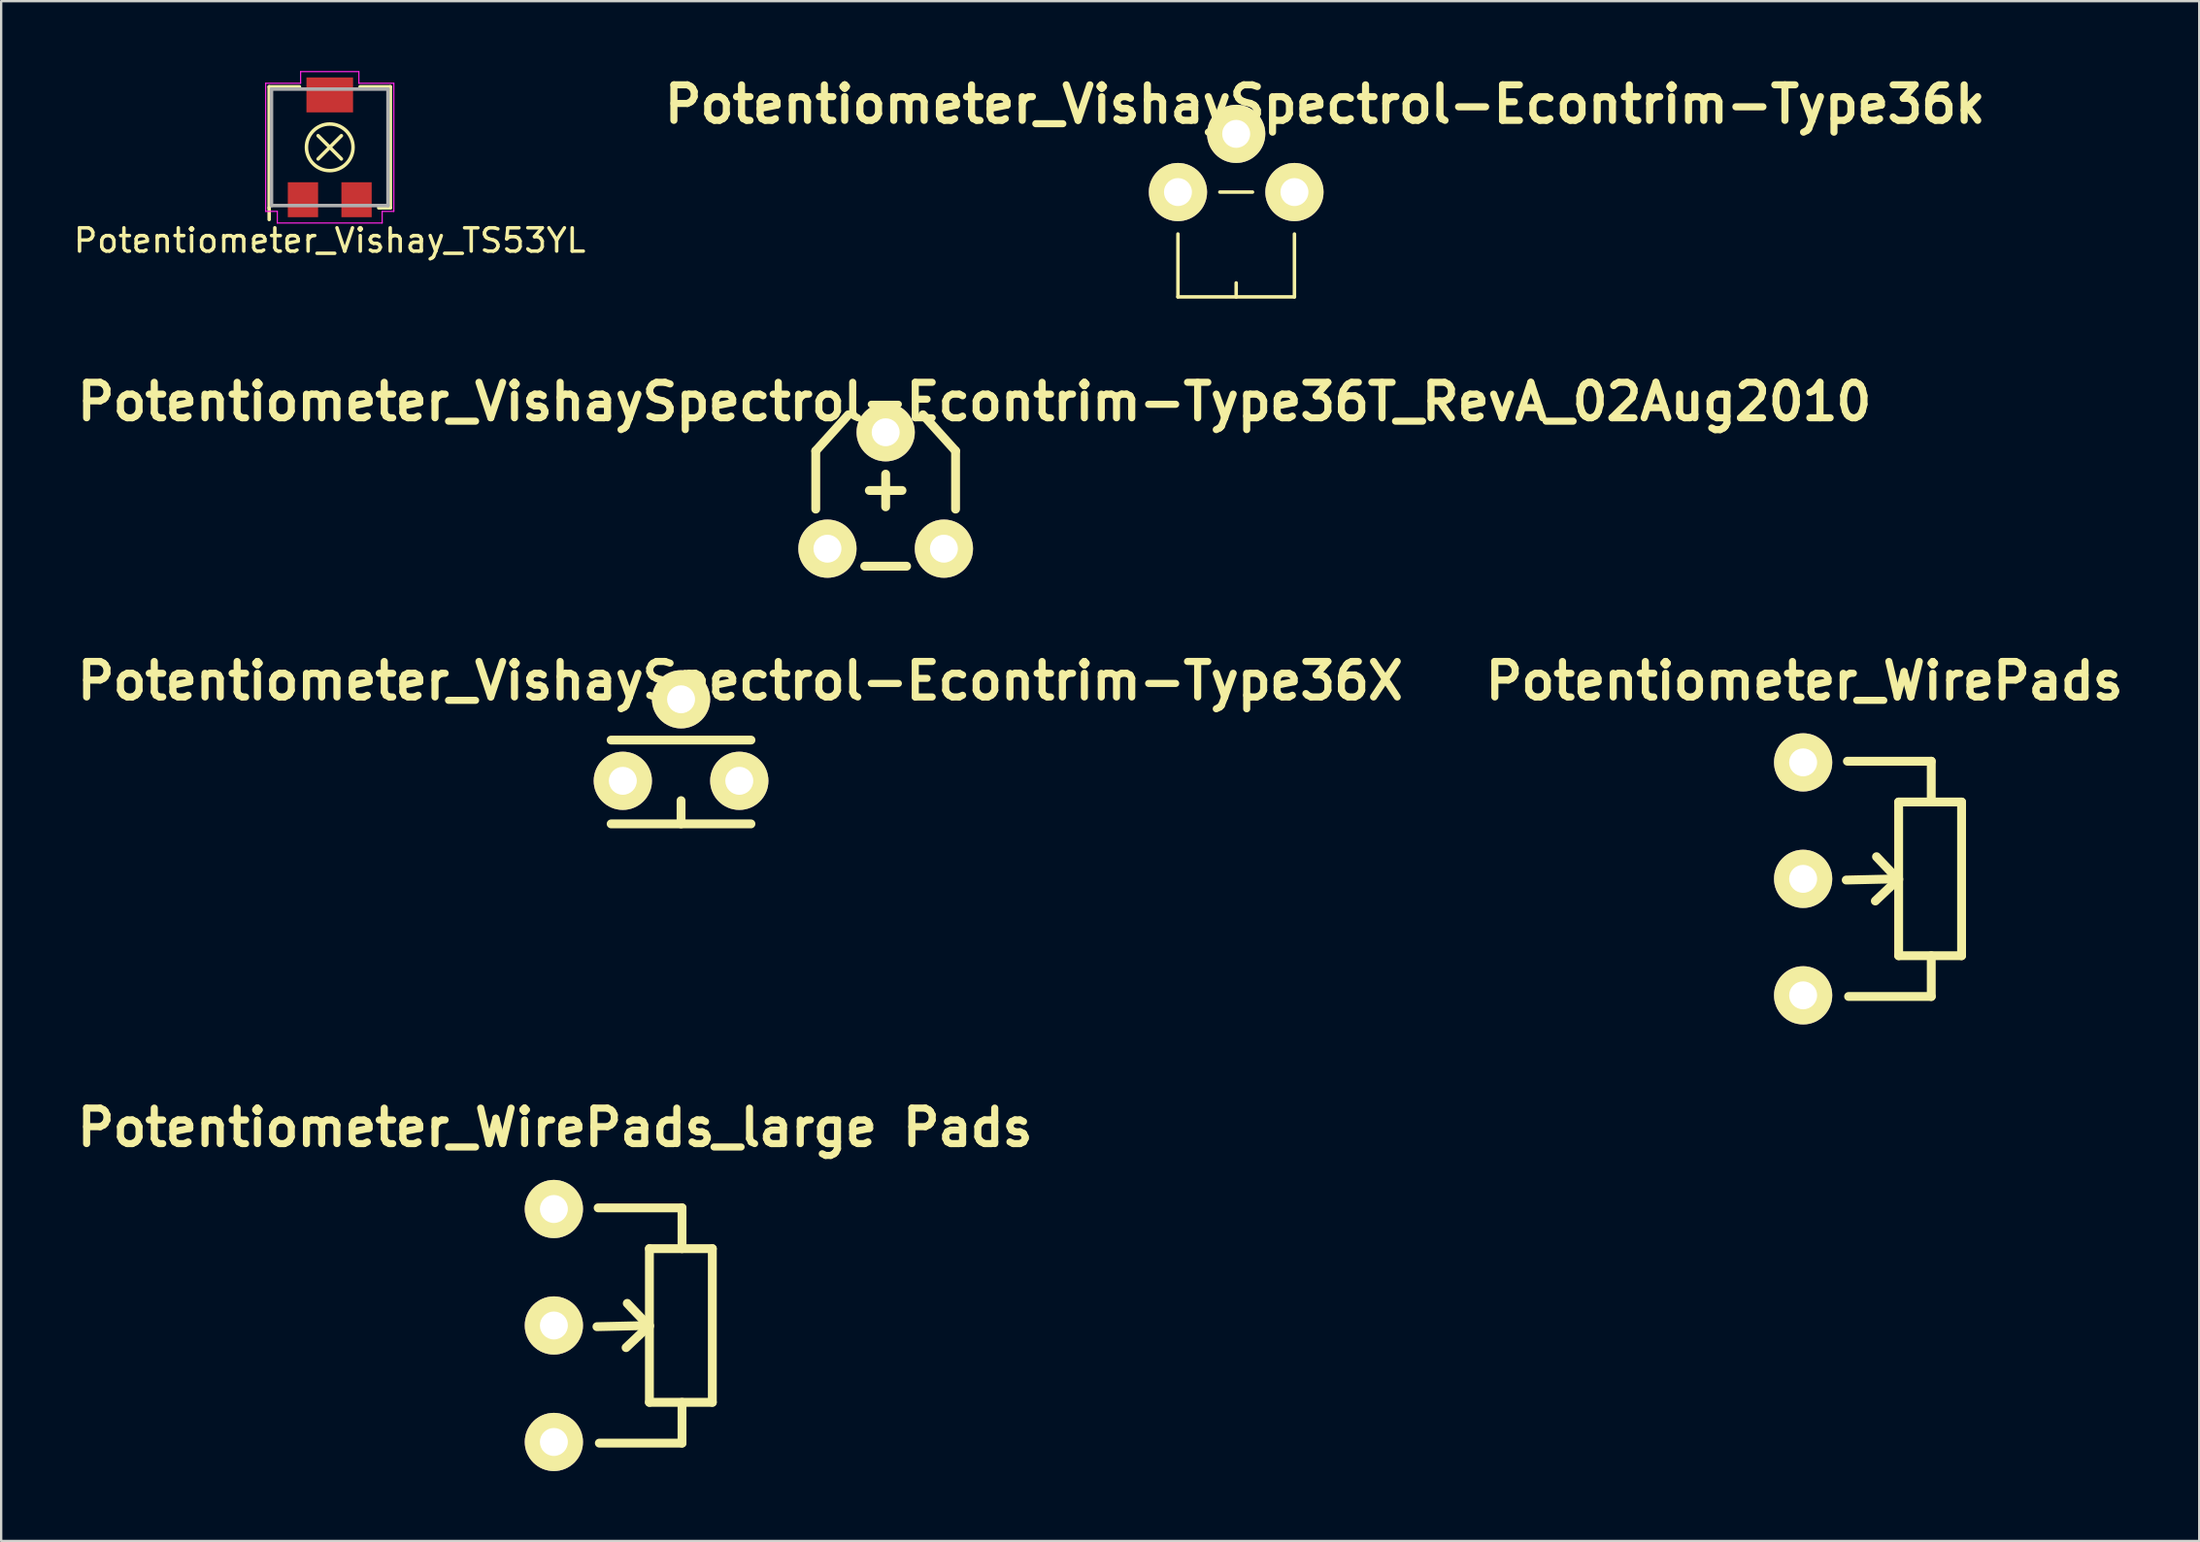
<source format=kicad_pcb>
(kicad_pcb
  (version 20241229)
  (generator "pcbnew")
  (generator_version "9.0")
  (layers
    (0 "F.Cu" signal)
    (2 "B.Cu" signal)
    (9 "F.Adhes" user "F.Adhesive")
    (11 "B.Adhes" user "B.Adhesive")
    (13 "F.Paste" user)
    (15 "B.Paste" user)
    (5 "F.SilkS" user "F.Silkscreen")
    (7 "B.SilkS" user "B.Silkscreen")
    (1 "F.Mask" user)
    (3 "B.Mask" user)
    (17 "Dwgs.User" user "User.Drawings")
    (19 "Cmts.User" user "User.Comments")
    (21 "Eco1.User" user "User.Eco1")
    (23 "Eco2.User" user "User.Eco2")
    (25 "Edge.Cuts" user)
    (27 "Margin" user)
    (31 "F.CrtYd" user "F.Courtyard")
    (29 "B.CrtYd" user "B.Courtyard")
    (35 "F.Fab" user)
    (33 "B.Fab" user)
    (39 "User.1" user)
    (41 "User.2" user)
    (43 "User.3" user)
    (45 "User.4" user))
  (footprint "Potentiometer_WirePads_large Pads"
    (layer "F.Cu")
    (at 20.719 53.859)
    (property "Reference" "Potentiometer_WirePads_large Pads" (at 0.051 -8.499 0) (layer "F.SilkS") (effects (font (size 1.524 1.524) (thickness 0.305))))
    (attr through_hole)
    (fp_line (start 4.1 -3.299) (end 6.8 -3.299) (stroke (width 0.381) (type solid)) (layer "F.SilkS"))
    (fp_line (start 4.1 0) (end 1.849 0.051) (stroke (width 0.381) (type solid)) (layer "F.SilkS"))
    (fp_line (start 4.1 0) (end 3.099 0.95) (stroke (width 0.381) (type solid)) (layer "F.SilkS"))
    (fp_line (start 4.1 0.051) (end 3.15 -0.95) (stroke (width 0.381) (type solid)) (layer "F.SilkS"))
    (fp_line (start 4.1 3.299) (end 4.1 -3.299) (stroke (width 0.381) (type solid)) (layer "F.SilkS"))
    (fp_line (start 5.499 -5.05) (end 1.9 -5.05) (stroke (width 0.381) (type solid)) (layer "F.SilkS"))
    (fp_line (start 5.499 -3.299) (end 5.499 -5.05) (stroke (width 0.381) (type solid)) (layer "F.SilkS"))
    (fp_line (start 5.499 3.299) (end 5.499 5.05) (stroke (width 0.381) (type solid)) (layer "F.SilkS"))
    (fp_line (start 5.499 5.05) (end 1.951 5.05) (stroke (width 0.381) (type solid)) (layer "F.SilkS"))
    (fp_line (start 6.8 -3.299) (end 6.8 3.299) (stroke (width 0.381) (type solid)) (layer "F.SilkS"))
    (fp_line (start 6.8 3.299) (end 4.1 3.299) (stroke (width 0.381) (type solid)) (layer "F.SilkS"))
    (pad "1" thru_hole circle (at 0 -5.001) (size 2.499 2.499) (drill 1.199) (layers "*.Cu" "*.Mask" "F.SilkS"))
    (pad "2" thru_hole circle (at 0 0) (size 2.499 2.499) (drill 1.199) (layers "*.Cu" "*.Mask" "F.SilkS"))
    (pad "3" thru_hole circle (at 0 5.001) (size 2.499 2.499) (drill 1.199) (layers "*.Cu" "*.Mask" "F.SilkS")))
  (footprint "Potentiometer_WirePads"
    (layer "F.Cu")
    (at 74.33 34.683)
    (property "Reference" "Potentiometer_WirePads" (at 0.051 -8.499 0) (layer "F.SilkS") (effects (font (size 1.524 1.524) (thickness 0.305))))
    (attr through_hole)
    (fp_line (start 4.1 -3.299) (end 6.8 -3.299) (stroke (width 0.381) (type solid)) (layer "F.SilkS"))
    (fp_line (start 4.1 0) (end 1.849 0.051) (stroke (width 0.381) (type solid)) (layer "F.SilkS"))
    (fp_line (start 4.1 0) (end 3.099 0.95) (stroke (width 0.381) (type solid)) (layer "F.SilkS"))
    (fp_line (start 4.1 0.051) (end 3.15 -0.95) (stroke (width 0.381) (type solid)) (layer "F.SilkS"))
    (fp_line (start 4.1 3.299) (end 4.1 -3.299) (stroke (width 0.381) (type solid)) (layer "F.SilkS"))
    (fp_line (start 5.499 -5.05) (end 1.9 -5.05) (stroke (width 0.381) (type solid)) (layer "F.SilkS"))
    (fp_line (start 5.499 -3.299) (end 5.499 -5.05) (stroke (width 0.381) (type solid)) (layer "F.SilkS"))
    (fp_line (start 5.499 3.299) (end 5.499 5.05) (stroke (width 0.381) (type solid)) (layer "F.SilkS"))
    (fp_line (start 5.499 5.05) (end 1.951 5.05) (stroke (width 0.381) (type solid)) (layer "F.SilkS"))
    (fp_line (start 6.8 -3.299) (end 6.8 3.299) (stroke (width 0.381) (type solid)) (layer "F.SilkS"))
    (fp_line (start 6.8 3.299) (end 4.1 3.299) (stroke (width 0.381) (type solid)) (layer "F.SilkS"))
    (pad "1" thru_hole circle (at 0 -5.001) (size 2.499 2.499) (drill 1.199) (layers "*.Cu" "*.Mask" "F.SilkS"))
    (pad "2" thru_hole circle (at 0 0) (size 2.499 2.499) (drill 1.199) (layers "*.Cu" "*.Mask" "F.SilkS"))
    (pad "3" thru_hole circle (at 0 5.001) (size 2.499 2.499) (drill 1.199) (layers "*.Cu" "*.Mask" "F.SilkS")))
  (footprint "Potentiometer_VishaySpectrol-Econtrim-Type36X"
    (layer "F.Cu")
    (at 26.177 28.724)
    (property "Reference" "Potentiometer_VishaySpectrol-Econtrim-Type36X" (at 2.54 -2.54 0) (layer "F.SilkS") (effects (font (size 1.524 1.524) (thickness 0.305))))
    (attr through_hole)
    (fp_line (start -3 0) (end 3 0) (stroke (width 0.381) (type solid)) (layer "F.SilkS"))
    (fp_line (start 0 2.601) (end 0 3.599) (stroke (width 0.381) (type solid)) (layer "F.SilkS"))
    (fp_line (start 3 3.599) (end -3 3.599) (stroke (width 0.381) (type solid)) (layer "F.SilkS"))
    (pad "1" thru_hole circle (at -2.499 1.75) (size 2.499 2.499) (drill 1.199) (layers "*.Cu" "*.Mask" "F.SilkS"))
    (pad "2" thru_hole circle (at 0 -1.75) (size 2.499 2.499) (drill 1.199) (layers "*.Cu" "*.Mask" "F.SilkS"))
    (pad "3" thru_hole circle (at 2.499 1.75) (size 2.499 2.499) (drill 1.199) (layers "*.Cu" "*.Mask" "F.SilkS")))
  (footprint "Potentiometer_VishaySpectrol-Econtrim-Type36k"
    (layer "F.Cu")
    (at 47.501 5.196)
    (property "Reference" "Potentiometer_VishaySpectrol-Econtrim-Type36k" (at 6.309 -3.769 0) (layer "F.SilkS") (effects (font (size 1.524 1.524) (thickness 0.305))))
    (attr through_hole)
    (fp_line (start 0 1.801) (end 0 4.501) (stroke (width 0.15) (type solid)) (layer "F.SilkS"))
    (fp_line (start 0 4.501) (end 4.999 4.501) (stroke (width 0.15) (type solid)) (layer "F.SilkS"))
    (fp_line (start 1.798 0) (end 3.2 0) (stroke (width 0.15) (type solid)) (layer "F.SilkS"))
    (fp_line (start 2.499 4.501) (end 2.499 3.901) (stroke (width 0.15) (type solid)) (layer "F.SilkS"))
    (fp_line (start 4.999 4.501) (end 4.999 1.801) (stroke (width 0.15) (type solid)) (layer "F.SilkS"))
    (pad "1" thru_hole circle (at 0 0) (size 2.499 2.499) (drill 1.199) (layers "*.Cu" "*.Mask" "F.SilkS"))
    (pad "2" thru_hole circle (at 2.499 -2.499) (size 2.499 2.499) (drill 1.199) (layers "*.Cu" "*.Mask" "F.SilkS"))
    (pad "3" thru_hole circle (at 4.999 0) (size 2.499 2.499) (drill 1.199) (layers "*.Cu" "*.Mask" "F.SilkS")))
  (footprint "Potentiometer_Vishay_TS53YL"
    (layer "F.Cu")
    (at 11.101 3.275)
    (property "Reference" "Potentiometer_Vishay_TS53YL" (at 0 4 0) (layer "F.SilkS") (effects (font (size 1 1) (thickness 0.15))))
    (attr smd)
    (fp_line (start -2.6 -2.6) (end -1.3 -2.6) (stroke (width 0.15) (type solid)) (layer "F.SilkS"))
    (fp_line (start -2.6 2.6) (end -2.6 -2.6) (stroke (width 0.15) (type solid)) (layer "F.SilkS"))
    (fp_line (start -2.6 3.1) (end -2.6 2.6) (stroke (width 0.15) (type solid)) (layer "F.SilkS"))
    (fp_line (start -0.5 -0.5) (end 0.5 0.5) (stroke (width 0.15) (type solid)) (layer "F.SilkS"))
    (fp_line (start 0.5 -0.5) (end -0.5 0.5) (stroke (width 0.15) (type solid)) (layer "F.SilkS"))
    (fp_line (start 1.3 -2.6) (end 2.6 -2.6) (stroke (width 0.15) (type solid)) (layer "F.SilkS"))
    (fp_line (start 2.6 -2.6) (end 2.6 2.6) (stroke (width 0.15) (type solid)) (layer "F.SilkS"))
    (fp_line (start 2.6 2.6) (end 2.1 2.6) (stroke (width 0.15) (type solid)) (layer "F.SilkS"))
    (fp_circle (center 0 0) (end 1 0) (stroke (width 0.15) (type solid)) (fill no) (layer "F.SilkS"))
    (fp_line (start -2.75 -2.75) (end -1.25 -2.75) (stroke (width 0.05) (type solid)) (layer "F.CrtYd"))
    (fp_line (start -2.75 2.75) (end -2.75 -2.75) (stroke (width 0.05) (type solid)) (layer "F.CrtYd"))
    (fp_line (start -2.25 2.75) (end -2.75 2.75) (stroke (width 0.05) (type solid)) (layer "F.CrtYd"))
    (fp_line (start -2.25 3.25) (end -2.25 2.75) (stroke (width 0.05) (type solid)) (layer "F.CrtYd"))
    (fp_line (start -1.25 -3.25) (end 1.25 -3.25) (stroke (width 0.05) (type solid)) (layer "F.CrtYd"))
    (fp_line (start -1.25 -2.75) (end -1.25 -3.25) (stroke (width 0.05) (type solid)) (layer "F.CrtYd"))
    (fp_line (start 1.25 -3.25) (end 1.25 -2.75) (stroke (width 0.05) (type solid)) (layer "F.CrtYd"))
    (fp_line (start 1.25 -2.75) (end 2.75 -2.75) (stroke (width 0.05) (type solid)) (layer "F.CrtYd"))
    (fp_line (start 2.25 2.75) (end 2.25 3.25) (stroke (width 0.05) (type solid)) (layer "F.CrtYd"))
    (fp_line (start 2.25 3.25) (end -2.25 3.25) (stroke (width 0.05) (type solid)) (layer "F.CrtYd"))
    (fp_line (start 2.75 -2.75) (end 2.75 2.75) (stroke (width 0.05) (type solid)) (layer "F.CrtYd"))
    (fp_line (start 2.75 2.75) (end 2.25 2.75) (stroke (width 0.05) (type solid)) (layer "F.CrtYd"))
    (fp_line (start -2.5 -2.5) (end 2.5 -2.5) (stroke (width 0.15) (type solid)) (layer "F.Fab"))
    (fp_line (start -2.5 2.5) (end -2.5 -2.5) (stroke (width 0.15) (type solid)) (layer "F.Fab"))
    (fp_line (start 2.5 -2.5) (end 2.5 2.5) (stroke (width 0.15) (type solid)) (layer "F.Fab"))
    (fp_line (start 2.5 2.5) (end -2.5 2.5) (stroke (width 0.15) (type solid)) (layer "F.Fab"))
    (pad "1" smd rect (at -1.15 2.25) (size 1.3 1.5) (layers "F.Cu" "F.Mask" "F.Paste"))
    (pad "2" smd rect (at 0 -2.25) (size 2 1.5) (layers "F.Cu" "F.Mask" "F.Paste"))
    (pad "3" smd rect (at 1.15 2.25) (size 1.3 1.5) (layers "F.Cu" "F.Mask" "F.Paste")))
  (footprint "Potentiometer_VishaySpectrol-Econtrim-Type36T_RevA_02Aug2010"
    (layer "F.Cu")
    (at 34.958 18.008)
    (property "Reference" "Potentiometer_VishaySpectrol-Econtrim-Type36T_RevA_02Aug2010" (at 3.81 -3.81 0) (layer "F.SilkS") (effects (font (size 1.524 1.524) (thickness 0.305))))
    (attr through_hole)
    (fp_line (start -3 -1.699) (end -3 0.8) (stroke (width 0.381) (type solid)) (layer "F.SilkS"))
    (fp_line (start -1.6 -3.251) (end -3 -1.699) (stroke (width 0.381) (type solid)) (layer "F.SilkS"))
    (fp_line (start -0.899 3.251) (end 0.899 3.251) (stroke (width 0.381) (type solid)) (layer "F.SilkS"))
    (fp_line (start -0.701 0) (end 0.701 0) (stroke (width 0.381) (type solid)) (layer "F.SilkS"))
    (fp_line (start 0 0.701) (end 0 -0.701) (stroke (width 0.381) (type solid)) (layer "F.SilkS"))
    (fp_line (start 1.6 -3.251) (end 3 -1.699) (stroke (width 0.381) (type solid)) (layer "F.SilkS"))
    (fp_line (start 3 -1.699) (end 3 0.8) (stroke (width 0.381) (type solid)) (layer "F.SilkS"))
    (pad "1" thru_hole circle (at -2.499 2.499) (size 2.499 2.499) (drill 1.199) (layers "*.Cu" "*.Mask" "F.SilkS"))
    (pad "2" thru_hole circle (at 0 -2.499) (size 2.499 2.499) (drill 1.199) (layers "*.Cu" "*.Mask" "F.SilkS"))
    (pad "3" thru_hole circle (at 2.499 2.499) (size 2.499 2.499) (drill 1.199) (layers "*.Cu" "*.Mask" "F.SilkS")))
  (gr_rect
    (start -3 -3)
    (end 91.329 63.11)
    (stroke (width 0.1) (type default))
    (fill no)
    (layer "Edge.Cuts")))
</source>
